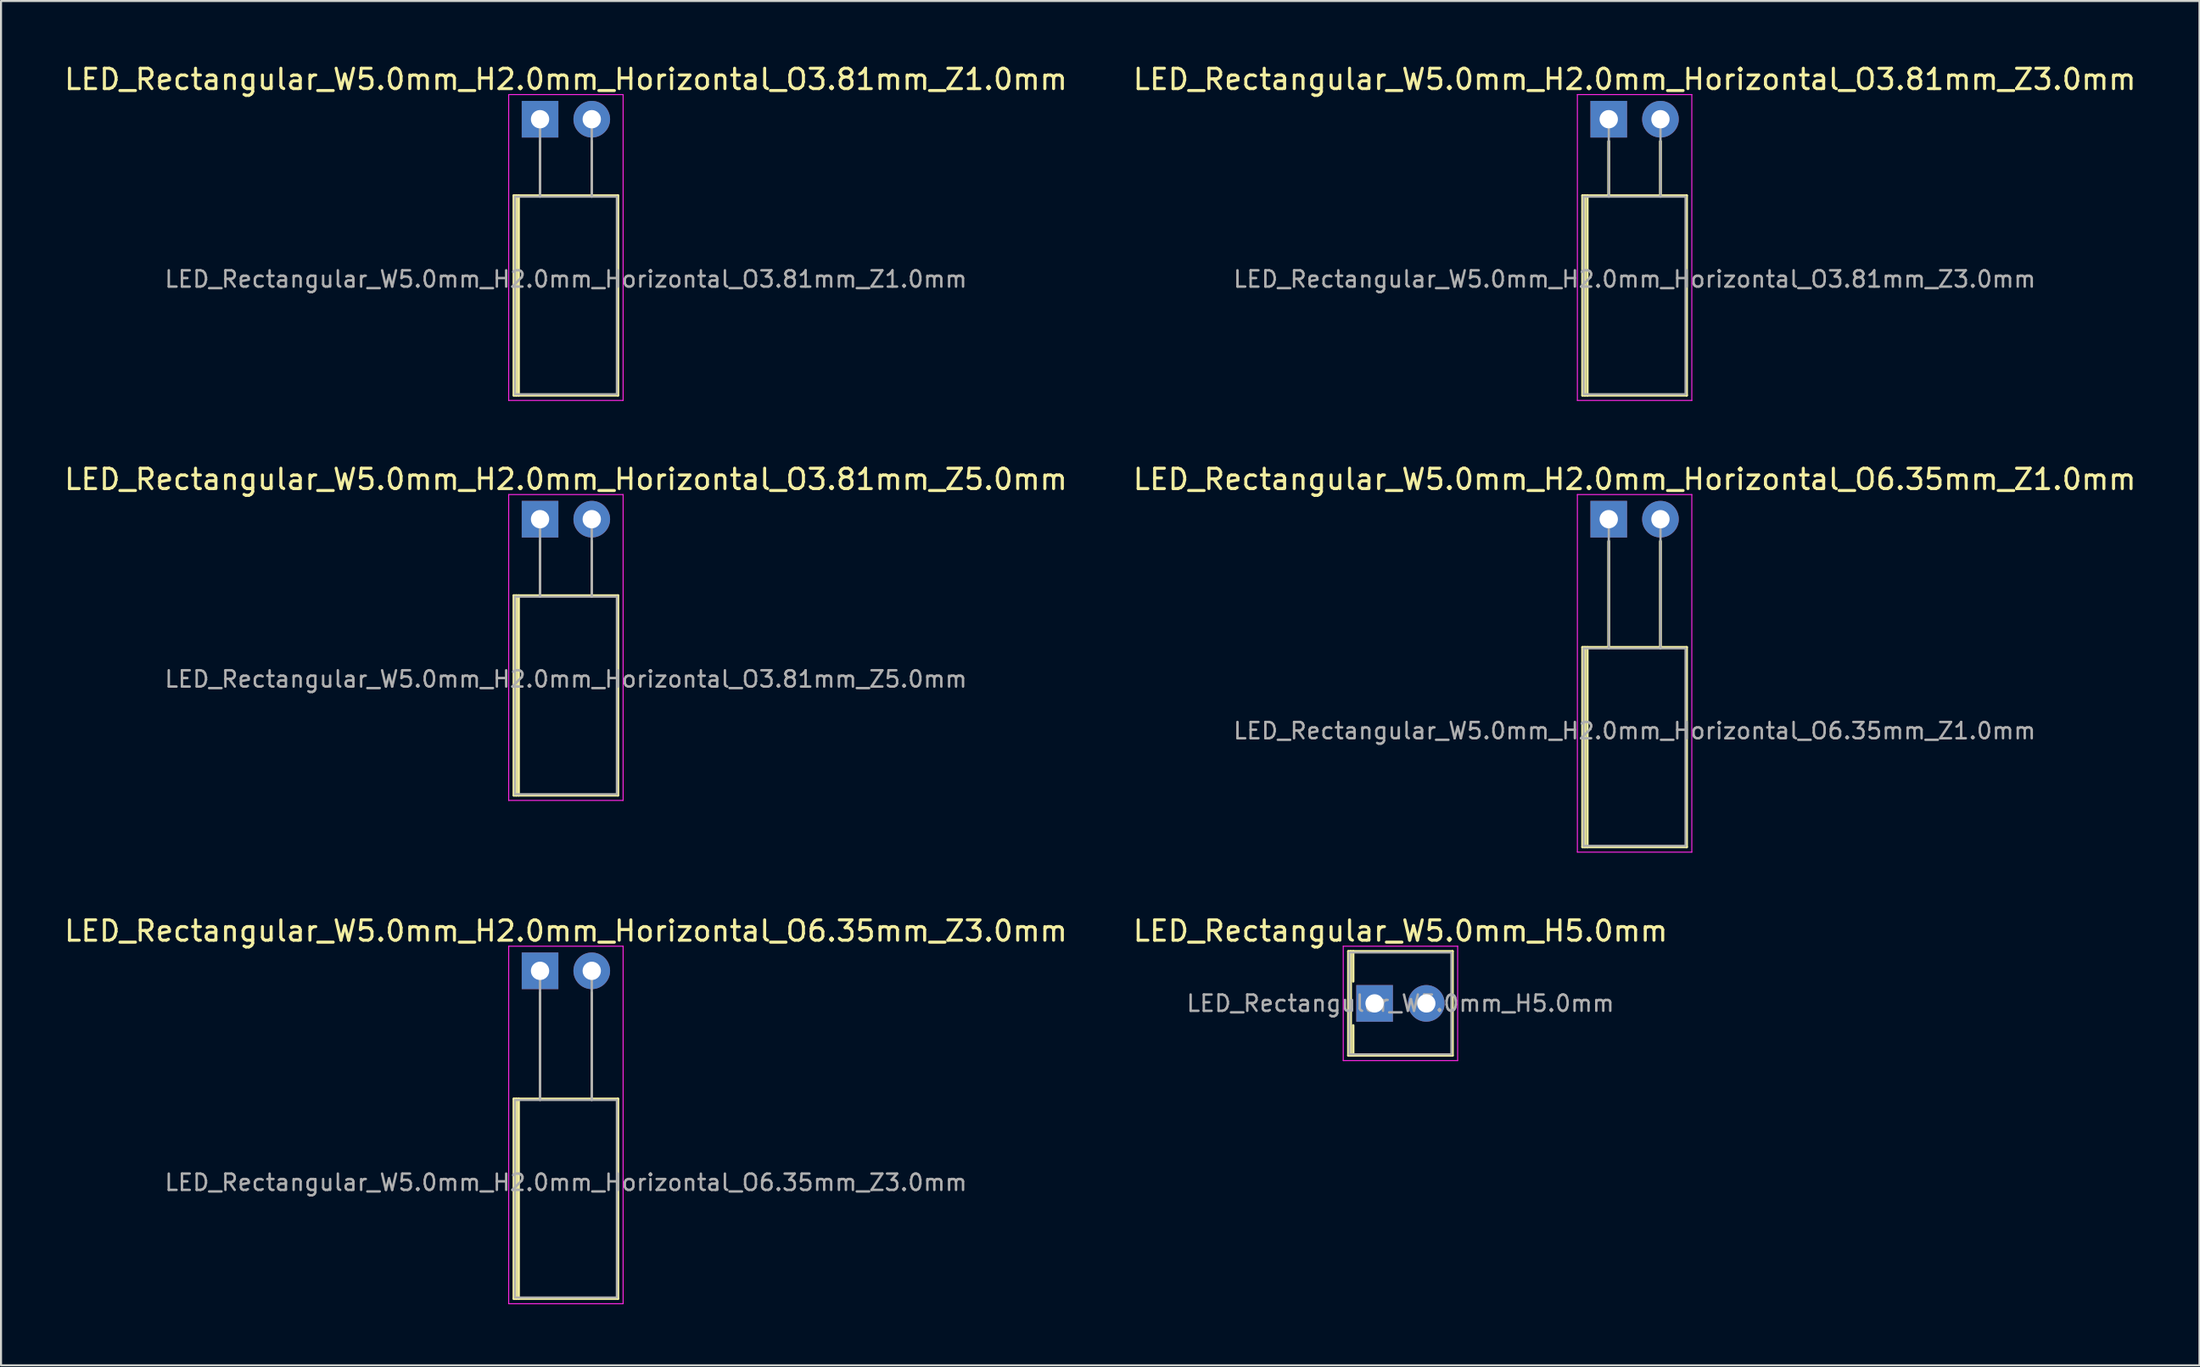
<source format=kicad_pcb>
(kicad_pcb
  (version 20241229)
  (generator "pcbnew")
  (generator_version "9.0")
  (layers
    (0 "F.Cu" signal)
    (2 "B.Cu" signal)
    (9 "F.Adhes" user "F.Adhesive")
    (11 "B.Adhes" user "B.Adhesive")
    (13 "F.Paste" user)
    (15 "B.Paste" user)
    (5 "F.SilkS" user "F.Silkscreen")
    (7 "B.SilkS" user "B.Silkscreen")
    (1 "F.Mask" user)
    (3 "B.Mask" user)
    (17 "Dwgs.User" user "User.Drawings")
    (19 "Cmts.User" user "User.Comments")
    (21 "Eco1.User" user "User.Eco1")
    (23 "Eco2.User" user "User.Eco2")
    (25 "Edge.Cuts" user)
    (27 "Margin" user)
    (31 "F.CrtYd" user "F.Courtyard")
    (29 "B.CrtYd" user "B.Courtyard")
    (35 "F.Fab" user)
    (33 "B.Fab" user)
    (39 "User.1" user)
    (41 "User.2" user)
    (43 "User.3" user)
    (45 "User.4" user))
  (footprint "LED_Rectangular_W5.0mm_H2.0mm_Horizontal_O6.35mm_Z3.0mm"
    (layer "F.Cu")
    (at 23.474 44.655)
    (property "Reference" "LED_Rectangular_W5.0mm_H2.0mm_Horizontal_O6.35mm_Z3.0mm" (at 1.27 -1.96 0) (layer "F.SilkS") (effects (font (size 1 1) (thickness 0.15))))
    (attr through_hole)
    (fp_line (start -1.29 6.29) (end -1.29 16.11) (stroke (width 0.12) (type solid)) (layer "F.SilkS"))
    (fp_line (start -1.29 16.11) (end 3.83 16.11) (stroke (width 0.12) (type solid)) (layer "F.SilkS"))
    (fp_line (start -1.17 6.29) (end -1.17 16.11) (stroke (width 0.12) (type solid)) (layer "F.SilkS"))
    (fp_line (start -1.05 6.29) (end -1.05 16.11) (stroke (width 0.12) (type solid)) (layer "F.SilkS"))
    (fp_line (start 0 1.08) (end 0 6.29) (stroke (width 0.12) (type solid)) (layer "F.SilkS"))
    (fp_line (start 0 6.29) (end 0 1.08) (stroke (width 0.12) (type solid)) (layer "F.SilkS"))
    (fp_line (start 2.54 1.08) (end 2.54 6.29) (stroke (width 0.12) (type solid)) (layer "F.SilkS"))
    (fp_line (start 2.54 6.29) (end 2.54 1.08) (stroke (width 0.12) (type solid)) (layer "F.SilkS"))
    (fp_line (start 3.83 6.29) (end -1.29 6.29) (stroke (width 0.12) (type solid)) (layer "F.SilkS"))
    (fp_line (start 3.83 16.11) (end 3.83 6.29) (stroke (width 0.12) (type solid)) (layer "F.SilkS"))
    (fp_line (start -1.54 -1.21) (end -1.54 16.36) (stroke (width 0.05) (type solid)) (layer "F.CrtYd"))
    (fp_line (start -1.54 16.36) (end 4.08 16.36) (stroke (width 0.05) (type solid)) (layer "F.CrtYd"))
    (fp_line (start 4.08 -1.21) (end -1.54 -1.21) (stroke (width 0.05) (type solid)) (layer "F.CrtYd"))
    (fp_line (start 4.08 16.36) (end 4.08 -1.21) (stroke (width 0.05) (type solid)) (layer "F.CrtYd"))
    (fp_line (start -1.23 6.35) (end -1.23 16.05) (stroke (width 0.1) (type solid)) (layer "F.Fab"))
    (fp_line (start -1.23 16.05) (end 3.77 16.05) (stroke (width 0.1) (type solid)) (layer "F.Fab"))
    (fp_line (start 0 0) (end 0 6.35) (stroke (width 0.1) (type solid)) (layer "F.Fab"))
    (fp_line (start 0 6.35) (end 0 0) (stroke (width 0.1) (type solid)) (layer "F.Fab"))
    (fp_line (start 2.54 0) (end 2.54 6.35) (stroke (width 0.1) (type solid)) (layer "F.Fab"))
    (fp_line (start 2.54 6.35) (end 2.54 0) (stroke (width 0.1) (type solid)) (layer "F.Fab"))
    (fp_line (start 3.77 6.35) (end -1.23 6.35) (stroke (width 0.1) (type solid)) (layer "F.Fab"))
    (fp_line (start 3.77 16.05) (end 3.77 6.35) (stroke (width 0.1) (type solid)) (layer "F.Fab"))
    (fp_text user "${REFERENCE}" (at 1.27 10.4 0) (layer "F.Fab") (effects (font (size 0.8 0.8) (thickness 0.12))))
    (pad "1" thru_hole rect (at 0 0) (size 1.8 1.8) (drill 0.9) (layers "*.Cu" "*.Mask"))
    (pad "2" thru_hole circle (at 2.54 0) (size 1.8 1.8) (drill 0.9) (layers "*.Cu" "*.Mask")))
  (footprint "LED_Rectangular_W5.0mm_H2.0mm_Horizontal_O3.81mm_Z5.0mm"
    (layer "F.Cu")
    (at 23.474 22.462)
    (property "Reference" "LED_Rectangular_W5.0mm_H2.0mm_Horizontal_O3.81mm_Z5.0mm" (at 1.27 -1.96 0) (layer "F.SilkS") (effects (font (size 1 1) (thickness 0.15))))
    (attr through_hole)
    (fp_line (start -1.29 3.75) (end -1.29 13.57) (stroke (width 0.12) (type solid)) (layer "F.SilkS"))
    (fp_line (start -1.29 13.57) (end 3.83 13.57) (stroke (width 0.12) (type solid)) (layer "F.SilkS"))
    (fp_line (start -1.17 3.75) (end -1.17 13.57) (stroke (width 0.12) (type solid)) (layer "F.SilkS"))
    (fp_line (start -1.05 3.75) (end -1.05 13.57) (stroke (width 0.12) (type solid)) (layer "F.SilkS"))
    (fp_line (start 0 1.08) (end 0 3.75) (stroke (width 0.12) (type solid)) (layer "F.SilkS"))
    (fp_line (start 0 3.75) (end 0 1.08) (stroke (width 0.12) (type solid)) (layer "F.SilkS"))
    (fp_line (start 2.54 1.08) (end 2.54 3.75) (stroke (width 0.12) (type solid)) (layer "F.SilkS"))
    (fp_line (start 2.54 3.75) (end 2.54 1.08) (stroke (width 0.12) (type solid)) (layer "F.SilkS"))
    (fp_line (start 3.83 3.75) (end -1.29 3.75) (stroke (width 0.12) (type solid)) (layer "F.SilkS"))
    (fp_line (start 3.83 13.57) (end 3.83 3.75) (stroke (width 0.12) (type solid)) (layer "F.SilkS"))
    (fp_line (start -1.54 -1.21) (end -1.54 13.82) (stroke (width 0.05) (type solid)) (layer "F.CrtYd"))
    (fp_line (start -1.54 13.82) (end 4.08 13.82) (stroke (width 0.05) (type solid)) (layer "F.CrtYd"))
    (fp_line (start 4.08 -1.21) (end -1.54 -1.21) (stroke (width 0.05) (type solid)) (layer "F.CrtYd"))
    (fp_line (start 4.08 13.82) (end 4.08 -1.21) (stroke (width 0.05) (type solid)) (layer "F.CrtYd"))
    (fp_line (start -1.23 3.81) (end -1.23 13.51) (stroke (width 0.1) (type solid)) (layer "F.Fab"))
    (fp_line (start -1.23 13.51) (end 3.77 13.51) (stroke (width 0.1) (type solid)) (layer "F.Fab"))
    (fp_line (start 0 0) (end 0 3.81) (stroke (width 0.1) (type solid)) (layer "F.Fab"))
    (fp_line (start 0 3.81) (end 0 0) (stroke (width 0.1) (type solid)) (layer "F.Fab"))
    (fp_line (start 2.54 0) (end 2.54 3.81) (stroke (width 0.1) (type solid)) (layer "F.Fab"))
    (fp_line (start 2.54 3.81) (end 2.54 0) (stroke (width 0.1) (type solid)) (layer "F.Fab"))
    (fp_line (start 3.77 3.81) (end -1.23 3.81) (stroke (width 0.1) (type solid)) (layer "F.Fab"))
    (fp_line (start 3.77 13.51) (end 3.77 3.81) (stroke (width 0.1) (type solid)) (layer "F.Fab"))
    (fp_text user "${REFERENCE}" (at 1.27 7.86 0) (layer "F.Fab") (effects (font (size 0.8 0.8) (thickness 0.12))))
    (pad "1" thru_hole rect (at 0 0) (size 1.8 1.8) (drill 0.9) (layers "*.Cu" "*.Mask"))
    (pad "2" thru_hole circle (at 2.54 0) (size 1.8 1.8) (drill 0.9) (layers "*.Cu" "*.Mask")))
  (footprint "LED_Rectangular_W5.0mm_H2.0mm_Horizontal_O3.81mm_Z1.0mm"
    (layer "F.Cu")
    (at 23.474 2.808)
    (property "Reference" "LED_Rectangular_W5.0mm_H2.0mm_Horizontal_O3.81mm_Z1.0mm" (at 1.27 -1.96 0) (layer "F.SilkS") (effects (font (size 1 1) (thickness 0.15))))
    (attr through_hole)
    (fp_line (start -1.29 3.75) (end -1.29 13.57) (stroke (width 0.12) (type solid)) (layer "F.SilkS"))
    (fp_line (start -1.29 13.57) (end 3.83 13.57) (stroke (width 0.12) (type solid)) (layer "F.SilkS"))
    (fp_line (start -1.17 3.75) (end -1.17 13.57) (stroke (width 0.12) (type solid)) (layer "F.SilkS"))
    (fp_line (start -1.05 3.75) (end -1.05 13.57) (stroke (width 0.12) (type solid)) (layer "F.SilkS"))
    (fp_line (start 0 1.08) (end 0 3.75) (stroke (width 0.12) (type solid)) (layer "F.SilkS"))
    (fp_line (start 0 3.75) (end 0 1.08) (stroke (width 0.12) (type solid)) (layer "F.SilkS"))
    (fp_line (start 2.54 1.08) (end 2.54 3.75) (stroke (width 0.12) (type solid)) (layer "F.SilkS"))
    (fp_line (start 2.54 3.75) (end 2.54 1.08) (stroke (width 0.12) (type solid)) (layer "F.SilkS"))
    (fp_line (start 3.83 3.75) (end -1.29 3.75) (stroke (width 0.12) (type solid)) (layer "F.SilkS"))
    (fp_line (start 3.83 13.57) (end 3.83 3.75) (stroke (width 0.12) (type solid)) (layer "F.SilkS"))
    (fp_line (start -1.54 -1.21) (end -1.54 13.82) (stroke (width 0.05) (type solid)) (layer "F.CrtYd"))
    (fp_line (start -1.54 13.82) (end 4.08 13.82) (stroke (width 0.05) (type solid)) (layer "F.CrtYd"))
    (fp_line (start 4.08 -1.21) (end -1.54 -1.21) (stroke (width 0.05) (type solid)) (layer "F.CrtYd"))
    (fp_line (start 4.08 13.82) (end 4.08 -1.21) (stroke (width 0.05) (type solid)) (layer "F.CrtYd"))
    (fp_line (start -1.23 3.81) (end -1.23 13.51) (stroke (width 0.1) (type solid)) (layer "F.Fab"))
    (fp_line (start -1.23 13.51) (end 3.77 13.51) (stroke (width 0.1) (type solid)) (layer "F.Fab"))
    (fp_line (start 0 0) (end 0 3.81) (stroke (width 0.1) (type solid)) (layer "F.Fab"))
    (fp_line (start 0 3.81) (end 0 0) (stroke (width 0.1) (type solid)) (layer "F.Fab"))
    (fp_line (start 2.54 0) (end 2.54 3.81) (stroke (width 0.1) (type solid)) (layer "F.Fab"))
    (fp_line (start 2.54 3.81) (end 2.54 0) (stroke (width 0.1) (type solid)) (layer "F.Fab"))
    (fp_line (start 3.77 3.81) (end -1.23 3.81) (stroke (width 0.1) (type solid)) (layer "F.Fab"))
    (fp_line (start 3.77 13.51) (end 3.77 3.81) (stroke (width 0.1) (type solid)) (layer "F.Fab"))
    (fp_text user "${REFERENCE}" (at 1.27 7.86 0) (layer "F.Fab") (effects (font (size 0.8 0.8) (thickness 0.12))))
    (pad "1" thru_hole rect (at 0 0) (size 1.8 1.8) (drill 0.9) (layers "*.Cu" "*.Mask"))
    (pad "2" thru_hole circle (at 2.54 0) (size 1.8 1.8) (drill 0.9) (layers "*.Cu" "*.Mask")))
  (footprint "LED_Rectangular_W5.0mm_H2.0mm_Horizontal_O3.81mm_Z3.0mm"
    (layer "F.Cu")
    (at 75.962 2.808)
    (property "Reference" "LED_Rectangular_W5.0mm_H2.0mm_Horizontal_O3.81mm_Z3.0mm" (at 1.27 -1.96 0) (layer "F.SilkS") (effects (font (size 1 1) (thickness 0.15))))
    (attr through_hole)
    (fp_line (start -1.29 3.75) (end -1.29 13.57) (stroke (width 0.12) (type solid)) (layer "F.SilkS"))
    (fp_line (start -1.29 13.57) (end 3.83 13.57) (stroke (width 0.12) (type solid)) (layer "F.SilkS"))
    (fp_line (start -1.17 3.75) (end -1.17 13.57) (stroke (width 0.12) (type solid)) (layer "F.SilkS"))
    (fp_line (start -1.05 3.75) (end -1.05 13.57) (stroke (width 0.12) (type solid)) (layer "F.SilkS"))
    (fp_line (start 0 1.08) (end 0 3.75) (stroke (width 0.12) (type solid)) (layer "F.SilkS"))
    (fp_line (start 0 3.75) (end 0 1.08) (stroke (width 0.12) (type solid)) (layer "F.SilkS"))
    (fp_line (start 2.54 1.08) (end 2.54 3.75) (stroke (width 0.12) (type solid)) (layer "F.SilkS"))
    (fp_line (start 2.54 3.75) (end 2.54 1.08) (stroke (width 0.12) (type solid)) (layer "F.SilkS"))
    (fp_line (start 3.83 3.75) (end -1.29 3.75) (stroke (width 0.12) (type solid)) (layer "F.SilkS"))
    (fp_line (start 3.83 13.57) (end 3.83 3.75) (stroke (width 0.12) (type solid)) (layer "F.SilkS"))
    (fp_line (start -1.54 -1.21) (end -1.54 13.82) (stroke (width 0.05) (type solid)) (layer "F.CrtYd"))
    (fp_line (start -1.54 13.82) (end 4.08 13.82) (stroke (width 0.05) (type solid)) (layer "F.CrtYd"))
    (fp_line (start 4.08 -1.21) (end -1.54 -1.21) (stroke (width 0.05) (type solid)) (layer "F.CrtYd"))
    (fp_line (start 4.08 13.82) (end 4.08 -1.21) (stroke (width 0.05) (type solid)) (layer "F.CrtYd"))
    (fp_line (start -1.23 3.81) (end -1.23 13.51) (stroke (width 0.1) (type solid)) (layer "F.Fab"))
    (fp_line (start -1.23 13.51) (end 3.77 13.51) (stroke (width 0.1) (type solid)) (layer "F.Fab"))
    (fp_line (start 0 0) (end 0 3.81) (stroke (width 0.1) (type solid)) (layer "F.Fab"))
    (fp_line (start 0 3.81) (end 0 0) (stroke (width 0.1) (type solid)) (layer "F.Fab"))
    (fp_line (start 2.54 0) (end 2.54 3.81) (stroke (width 0.1) (type solid)) (layer "F.Fab"))
    (fp_line (start 2.54 3.81) (end 2.54 0) (stroke (width 0.1) (type solid)) (layer "F.Fab"))
    (fp_line (start 3.77 3.81) (end -1.23 3.81) (stroke (width 0.1) (type solid)) (layer "F.Fab"))
    (fp_line (start 3.77 13.51) (end 3.77 3.81) (stroke (width 0.1) (type solid)) (layer "F.Fab"))
    (fp_text user "${REFERENCE}" (at 1.27 7.86 0) (layer "F.Fab") (effects (font (size 0.8 0.8) (thickness 0.12))))
    (pad "1" thru_hole rect (at 0 0) (size 1.8 1.8) (drill 0.9) (layers "*.Cu" "*.Mask"))
    (pad "2" thru_hole circle (at 2.54 0) (size 1.8 1.8) (drill 0.9) (layers "*.Cu" "*.Mask")))
  (footprint "LED_Rectangular_W5.0mm_H5.0mm"
    (layer "F.Cu")
    (at 64.462 46.255)
    (property "Reference" "LED_Rectangular_W5.0mm_H5.0mm" (at 1.27 -3.56 0) (layer "F.SilkS") (effects (font (size 1 1) (thickness 0.15))))
    (attr through_hole)
    (fp_line (start -1.29 -2.56) (end 3.83 -2.56) (stroke (width 0.12) (type solid)) (layer "F.SilkS"))
    (fp_line (start -1.29 2.56) (end -1.29 -2.56) (stroke (width 0.12) (type solid)) (layer "F.SilkS"))
    (fp_line (start -1.17 -2.56) (end -1.17 2.56) (stroke (width 0.12) (type solid)) (layer "F.SilkS"))
    (fp_line (start -1.05 -2.56) (end -1.05 -1.08) (stroke (width 0.12) (type solid)) (layer "F.SilkS"))
    (fp_line (start -1.05 1.08) (end -1.05 2.56) (stroke (width 0.12) (type solid)) (layer "F.SilkS"))
    (fp_line (start 3.83 -2.56) (end 3.83 2.56) (stroke (width 0.12) (type solid)) (layer "F.SilkS"))
    (fp_line (start 3.83 2.56) (end -1.29 2.56) (stroke (width 0.12) (type solid)) (layer "F.SilkS"))
    (fp_line (start -1.54 -2.81) (end -1.54 2.81) (stroke (width 0.05) (type solid)) (layer "F.CrtYd"))
    (fp_line (start -1.54 2.81) (end 4.08 2.81) (stroke (width 0.05) (type solid)) (layer "F.CrtYd"))
    (fp_line (start 4.08 -2.81) (end -1.54 -2.81) (stroke (width 0.05) (type solid)) (layer "F.CrtYd"))
    (fp_line (start 4.08 2.81) (end 4.08 -2.81) (stroke (width 0.05) (type solid)) (layer "F.CrtYd"))
    (fp_line (start -1.23 -2.5) (end -1.23 2.5) (stroke (width 0.1) (type solid)) (layer "F.Fab"))
    (fp_line (start -1.23 2.5) (end 3.77 2.5) (stroke (width 0.1) (type solid)) (layer "F.Fab"))
    (fp_line (start 3.77 -2.5) (end -1.23 -2.5) (stroke (width 0.1) (type solid)) (layer "F.Fab"))
    (fp_line (start 3.77 2.5) (end 3.77 -2.5) (stroke (width 0.1) (type solid)) (layer "F.Fab"))
    (fp_text user "${REFERENCE}" (at 1.27 0 0) (layer "F.Fab") (effects (font (size 0.8 0.8) (thickness 0.12))))
    (pad "1" thru_hole rect (at 0 0) (size 1.8 1.8) (drill 0.9) (layers "*.Cu" "*.Mask"))
    (pad "2" thru_hole circle (at 2.54 0) (size 1.8 1.8) (drill 0.9) (layers "*.Cu" "*.Mask")))
  (footprint "LED_Rectangular_W5.0mm_H2.0mm_Horizontal_O6.35mm_Z1.0mm"
    (layer "F.Cu")
    (at 75.962 22.462)
    (property "Reference" "LED_Rectangular_W5.0mm_H2.0mm_Horizontal_O6.35mm_Z1.0mm" (at 1.27 -1.96 0) (layer "F.SilkS") (effects (font (size 1 1) (thickness 0.15))))
    (attr through_hole)
    (fp_line (start -1.29 6.29) (end -1.29 16.11) (stroke (width 0.12) (type solid)) (layer "F.SilkS"))
    (fp_line (start -1.29 16.11) (end 3.83 16.11) (stroke (width 0.12) (type solid)) (layer "F.SilkS"))
    (fp_line (start -1.17 6.29) (end -1.17 16.11) (stroke (width 0.12) (type solid)) (layer "F.SilkS"))
    (fp_line (start -1.05 6.29) (end -1.05 16.11) (stroke (width 0.12) (type solid)) (layer "F.SilkS"))
    (fp_line (start 0 1.08) (end 0 6.29) (stroke (width 0.12) (type solid)) (layer "F.SilkS"))
    (fp_line (start 0 6.29) (end 0 1.08) (stroke (width 0.12) (type solid)) (layer "F.SilkS"))
    (fp_line (start 2.54 1.08) (end 2.54 6.29) (stroke (width 0.12) (type solid)) (layer "F.SilkS"))
    (fp_line (start 2.54 6.29) (end 2.54 1.08) (stroke (width 0.12) (type solid)) (layer "F.SilkS"))
    (fp_line (start 3.83 6.29) (end -1.29 6.29) (stroke (width 0.12) (type solid)) (layer "F.SilkS"))
    (fp_line (start 3.83 16.11) (end 3.83 6.29) (stroke (width 0.12) (type solid)) (layer "F.SilkS"))
    (fp_line (start -1.54 -1.21) (end -1.54 16.36) (stroke (width 0.05) (type solid)) (layer "F.CrtYd"))
    (fp_line (start -1.54 16.36) (end 4.08 16.36) (stroke (width 0.05) (type solid)) (layer "F.CrtYd"))
    (fp_line (start 4.08 -1.21) (end -1.54 -1.21) (stroke (width 0.05) (type solid)) (layer "F.CrtYd"))
    (fp_line (start 4.08 16.36) (end 4.08 -1.21) (stroke (width 0.05) (type solid)) (layer "F.CrtYd"))
    (fp_line (start -1.23 6.35) (end -1.23 16.05) (stroke (width 0.1) (type solid)) (layer "F.Fab"))
    (fp_line (start -1.23 16.05) (end 3.77 16.05) (stroke (width 0.1) (type solid)) (layer "F.Fab"))
    (fp_line (start 0 0) (end 0 6.35) (stroke (width 0.1) (type solid)) (layer "F.Fab"))
    (fp_line (start 0 6.35) (end 0 0) (stroke (width 0.1) (type solid)) (layer "F.Fab"))
    (fp_line (start 2.54 0) (end 2.54 6.35) (stroke (width 0.1) (type solid)) (layer "F.Fab"))
    (fp_line (start 2.54 6.35) (end 2.54 0) (stroke (width 0.1) (type solid)) (layer "F.Fab"))
    (fp_line (start 3.77 6.35) (end -1.23 6.35) (stroke (width 0.1) (type solid)) (layer "F.Fab"))
    (fp_line (start 3.77 16.05) (end 3.77 6.35) (stroke (width 0.1) (type solid)) (layer "F.Fab"))
    (fp_text user "${REFERENCE}" (at 1.27 10.4 0) (layer "F.Fab") (effects (font (size 0.8 0.8) (thickness 0.12))))
    (pad "1" thru_hole rect (at 0 0) (size 1.8 1.8) (drill 0.9) (layers "*.Cu" "*.Mask"))
    (pad "2" thru_hole circle (at 2.54 0) (size 1.8 1.8) (drill 0.9) (layers "*.Cu" "*.Mask")))
  (gr_rect
    (start -3 -3)
    (end 104.976 64.04)
    (stroke (width 0.1) (type default))
    (fill no)
    (layer "Edge.Cuts")))
</source>
